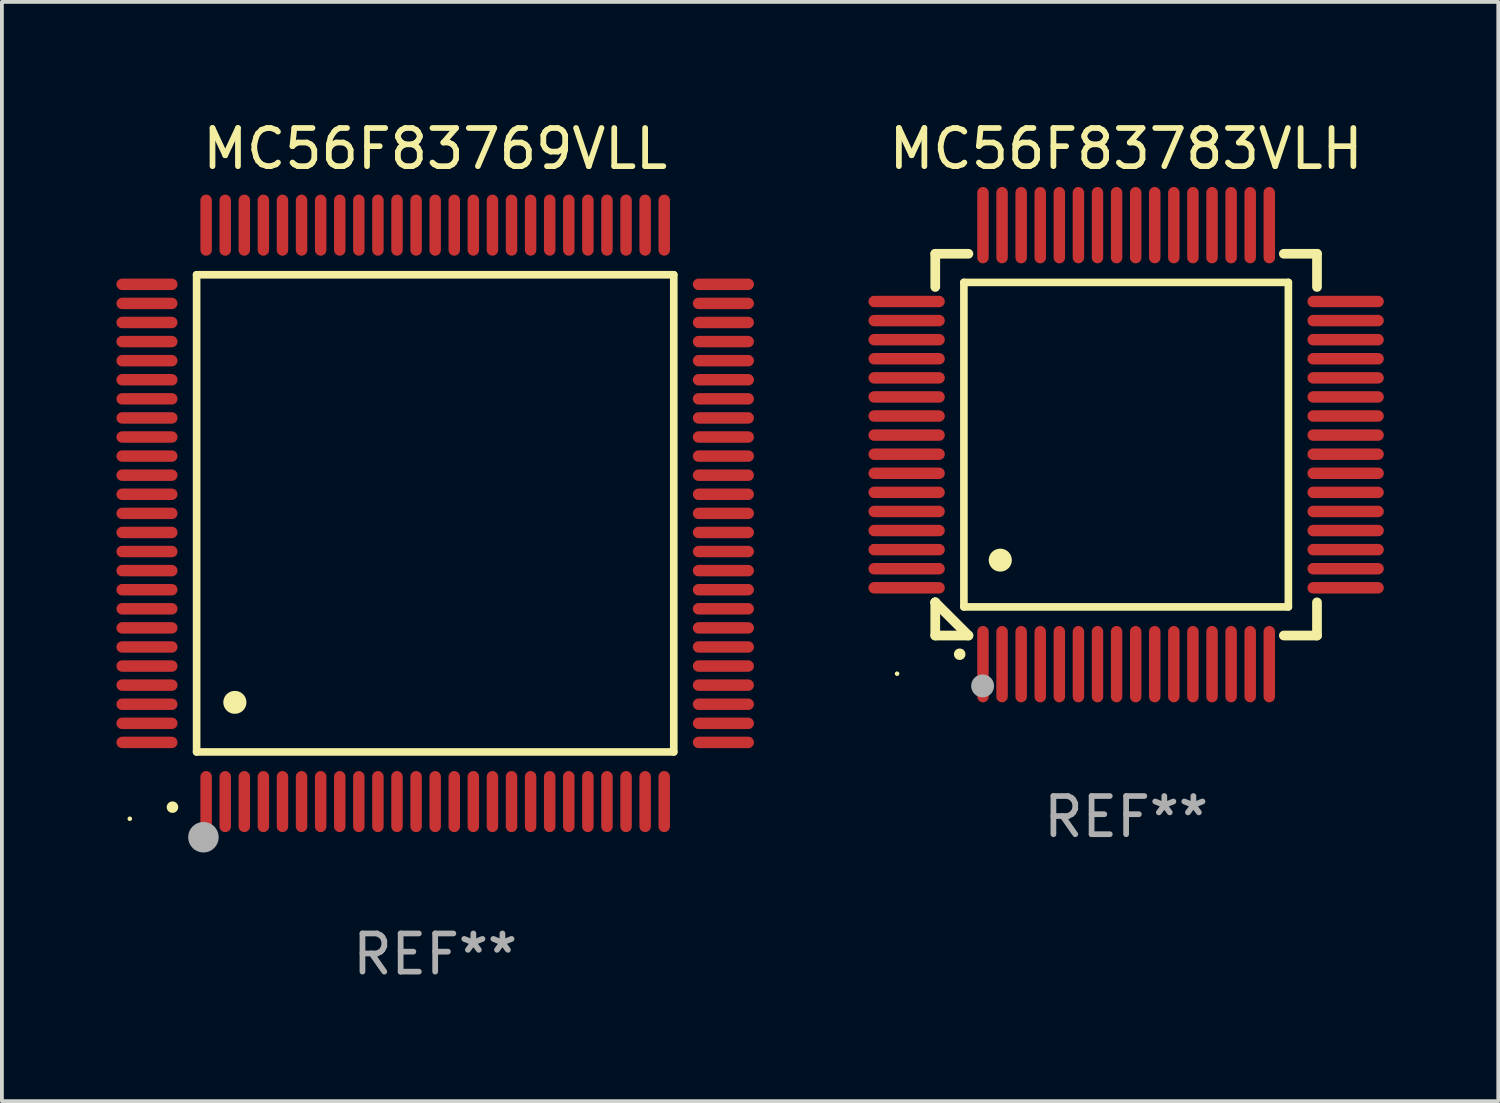
<source format=kicad_pcb>
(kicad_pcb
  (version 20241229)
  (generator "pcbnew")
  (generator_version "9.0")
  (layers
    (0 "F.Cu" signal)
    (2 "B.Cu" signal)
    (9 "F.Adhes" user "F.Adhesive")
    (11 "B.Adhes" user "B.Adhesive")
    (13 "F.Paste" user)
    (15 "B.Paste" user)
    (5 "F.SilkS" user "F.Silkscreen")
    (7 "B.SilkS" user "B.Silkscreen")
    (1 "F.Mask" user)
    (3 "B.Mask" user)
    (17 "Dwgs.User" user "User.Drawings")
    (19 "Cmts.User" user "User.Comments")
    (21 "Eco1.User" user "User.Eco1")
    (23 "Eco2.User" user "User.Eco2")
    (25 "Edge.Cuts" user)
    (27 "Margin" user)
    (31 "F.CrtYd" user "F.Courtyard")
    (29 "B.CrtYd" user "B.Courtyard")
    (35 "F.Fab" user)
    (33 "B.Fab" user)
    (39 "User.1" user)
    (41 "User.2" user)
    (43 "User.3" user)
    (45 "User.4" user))
  (footprint "MC56F83769VLL"
    (layer "F.Cu")
    (at 8.35 10.398)
    (property "Reference" "MC56F83769VLL" (at 0 -9.55 0) (layer "F.SilkS") (effects (font (size 1 1) (thickness 0.15))))
    (attr through_hole)
    (fp_line (start -6.25 -6.25) (end -6.25 6.25) (stroke (width 0.2) (type solid)) (layer "F.SilkS"))
    (fp_line (start -6.25 6.25) (end 6.25 6.25) (stroke (width 0.2) (type solid)) (layer "F.SilkS"))
    (fp_line (start 6.25 -6.25) (end -6.25 -6.25) (stroke (width 0.2) (type solid)) (layer "F.SilkS"))
    (fp_line (start 6.25 6.25) (end 6.25 -6.25) (stroke (width 0.2) (type solid)) (layer "F.SilkS"))
    (fp_arc (start -6.883414 7.696215) (mid -6.882144 7.69621) (end -6.880874 7.696215) (stroke (width 0.3) (type solid)) (layer "F.SilkS"))
    (fp_arc (start -5.250191 4.95047) (mid -5.247651 4.950459) (end -5.245111 4.95047) (stroke (width 0.6) (type solid)) (layer "F.SilkS"))
    (fp_circle (center -8 8) (end -7.97 8) (stroke (width 0.06) (type solid)) (fill no) (layer "F.SilkS"))
    (fp_circle (center -6.071 8.484) (end -5.871 8.484) (stroke (width 0.4) (type solid)) (fill no) (layer "F.Fab"))
    (fp_text user "REF**" (at 0 11.55 0) (layer "F.Fab") (effects (font (size 1 1) (thickness 0.15))))
    (pad "1" smd oval (at -6 7.55) (size 0.3 1.6) (layers "F.Cu" "F.Mask" "F.Paste"))
    (pad "2" smd oval (at -5.5 7.55) (size 0.3 1.6) (layers "F.Cu" "F.Mask" "F.Paste"))
    (pad "3" smd oval (at -5 7.55) (size 0.3 1.6) (layers "F.Cu" "F.Mask" "F.Paste"))
    (pad "4" smd oval (at -4.5 7.55) (size 0.3 1.6) (layers "F.Cu" "F.Mask" "F.Paste"))
    (pad "5" smd oval (at -4 7.55) (size 0.3 1.6) (layers "F.Cu" "F.Mask" "F.Paste"))
    (pad "6" smd oval (at -3.5 7.55) (size 0.3 1.6) (layers "F.Cu" "F.Mask" "F.Paste"))
    (pad "7" smd oval (at -3 7.55) (size 0.3 1.6) (layers "F.Cu" "F.Mask" "F.Paste"))
    (pad "8" smd oval (at -2.5 7.55) (size 0.3 1.6) (layers "F.Cu" "F.Mask" "F.Paste"))
    (pad "9" smd oval (at -2 7.55) (size 0.3 1.6) (layers "F.Cu" "F.Mask" "F.Paste"))
    (pad "10" smd oval (at -1.5 7.55) (size 0.3 1.6) (layers "F.Cu" "F.Mask" "F.Paste"))
    (pad "11" smd oval (at -1 7.55) (size 0.3 1.6) (layers "F.Cu" "F.Mask" "F.Paste"))
    (pad "12" smd oval (at -0.5 7.55) (size 0.3 1.6) (layers "F.Cu" "F.Mask" "F.Paste"))
    (pad "13" smd oval (at 0 7.55) (size 0.3 1.6) (layers "F.Cu" "F.Mask" "F.Paste"))
    (pad "14" smd oval (at 0.5 7.55) (size 0.3 1.6) (layers "F.Cu" "F.Mask" "F.Paste"))
    (pad "15" smd oval (at 1 7.55) (size 0.3 1.6) (layers "F.Cu" "F.Mask" "F.Paste"))
    (pad "16" smd oval (at 1.5 7.55) (size 0.3 1.6) (layers "F.Cu" "F.Mask" "F.Paste"))
    (pad "17" smd oval (at 2 7.55) (size 0.3 1.6) (layers "F.Cu" "F.Mask" "F.Paste"))
    (pad "18" smd oval (at 2.5 7.55) (size 0.3 1.6) (layers "F.Cu" "F.Mask" "F.Paste"))
    (pad "19" smd oval (at 3 7.55) (size 0.3 1.6) (layers "F.Cu" "F.Mask" "F.Paste"))
    (pad "20" smd oval (at 3.5 7.55) (size 0.3 1.6) (layers "F.Cu" "F.Mask" "F.Paste"))
    (pad "21" smd oval (at 4 7.55) (size 0.3 1.6) (layers "F.Cu" "F.Mask" "F.Paste"))
    (pad "22" smd oval (at 4.5 7.55) (size 0.3 1.6) (layers "F.Cu" "F.Mask" "F.Paste"))
    (pad "23" smd oval (at 5 7.55) (size 0.3 1.6) (layers "F.Cu" "F.Mask" "F.Paste"))
    (pad "24" smd oval (at 5.5 7.55) (size 0.3 1.6) (layers "F.Cu" "F.Mask" "F.Paste"))
    (pad "25" smd oval (at 6 7.55) (size 0.3 1.6) (layers "F.Cu" "F.Mask" "F.Paste"))
    (pad "26" smd oval (at 7.55 6) (size 1.6 0.3) (layers "F.Cu" "F.Mask" "F.Paste"))
    (pad "27" smd oval (at 7.55 5.5) (size 1.6 0.3) (layers "F.Cu" "F.Mask" "F.Paste"))
    (pad "28" smd oval (at 7.55 5) (size 1.6 0.3) (layers "F.Cu" "F.Mask" "F.Paste"))
    (pad "29" smd oval (at 7.55 4.5) (size 1.6 0.3) (layers "F.Cu" "F.Mask" "F.Paste"))
    (pad "30" smd oval (at 7.55 4) (size 1.6 0.3) (layers "F.Cu" "F.Mask" "F.Paste"))
    (pad "31" smd oval (at 7.55 3.5) (size 1.6 0.3) (layers "F.Cu" "F.Mask" "F.Paste"))
    (pad "32" smd oval (at 7.55 3) (size 1.6 0.3) (layers "F.Cu" "F.Mask" "F.Paste"))
    (pad "33" smd oval (at 7.55 2.5) (size 1.6 0.3) (layers "F.Cu" "F.Mask" "F.Paste"))
    (pad "34" smd oval (at 7.55 2) (size 1.6 0.3) (layers "F.Cu" "F.Mask" "F.Paste"))
    (pad "35" smd oval (at 7.55 1.5) (size 1.6 0.3) (layers "F.Cu" "F.Mask" "F.Paste"))
    (pad "36" smd oval (at 7.55 1) (size 1.6 0.3) (layers "F.Cu" "F.Mask" "F.Paste"))
    (pad "37" smd oval (at 7.55 0.5) (size 1.6 0.3) (layers "F.Cu" "F.Mask" "F.Paste"))
    (pad "38" smd oval (at 7.55 0) (size 1.6 0.3) (layers "F.Cu" "F.Mask" "F.Paste"))
    (pad "39" smd oval (at 7.55 -0.5) (size 1.6 0.3) (layers "F.Cu" "F.Mask" "F.Paste"))
    (pad "40" smd oval (at 7.55 -1) (size 1.6 0.3) (layers "F.Cu" "F.Mask" "F.Paste"))
    (pad "41" smd oval (at 7.55 -1.5) (size 1.6 0.3) (layers "F.Cu" "F.Mask" "F.Paste"))
    (pad "42" smd oval (at 7.55 -2) (size 1.6 0.3) (layers "F.Cu" "F.Mask" "F.Paste"))
    (pad "43" smd oval (at 7.55 -2.5) (size 1.6 0.3) (layers "F.Cu" "F.Mask" "F.Paste"))
    (pad "44" smd oval (at 7.55 -3) (size 1.6 0.3) (layers "F.Cu" "F.Mask" "F.Paste"))
    (pad "45" smd oval (at 7.55 -3.5) (size 1.6 0.3) (layers "F.Cu" "F.Mask" "F.Paste"))
    (pad "46" smd oval (at 7.55 -4) (size 1.6 0.3) (layers "F.Cu" "F.Mask" "F.Paste"))
    (pad "47" smd oval (at 7.55 -4.5) (size 1.6 0.3) (layers "F.Cu" "F.Mask" "F.Paste"))
    (pad "48" smd oval (at 7.55 -5) (size 1.6 0.3) (layers "F.Cu" "F.Mask" "F.Paste"))
    (pad "49" smd oval (at 7.55 -5.5) (size 1.6 0.3) (layers "F.Cu" "F.Mask" "F.Paste"))
    (pad "50" smd oval (at 7.55 -6) (size 1.6 0.3) (layers "F.Cu" "F.Mask" "F.Paste"))
    (pad "51" smd oval (at 6 -7.55) (size 0.3 1.6) (layers "F.Cu" "F.Mask" "F.Paste"))
    (pad "52" smd oval (at 5.5 -7.55) (size 0.3 1.6) (layers "F.Cu" "F.Mask" "F.Paste"))
    (pad "53" smd oval (at 5 -7.55) (size 0.3 1.6) (layers "F.Cu" "F.Mask" "F.Paste"))
    (pad "54" smd oval (at 4.5 -7.55) (size 0.3 1.6) (layers "F.Cu" "F.Mask" "F.Paste"))
    (pad "55" smd oval (at 4 -7.55) (size 0.3 1.6) (layers "F.Cu" "F.Mask" "F.Paste"))
    (pad "56" smd oval (at 3.5 -7.55) (size 0.3 1.6) (layers "F.Cu" "F.Mask" "F.Paste"))
    (pad "57" smd oval (at 3 -7.55) (size 0.3 1.6) (layers "F.Cu" "F.Mask" "F.Paste"))
    (pad "58" smd oval (at 2.5 -7.55) (size 0.3 1.6) (layers "F.Cu" "F.Mask" "F.Paste"))
    (pad "59" smd oval (at 2 -7.55) (size 0.3 1.6) (layers "F.Cu" "F.Mask" "F.Paste"))
    (pad "60" smd oval (at 1.5 -7.55) (size 0.3 1.6) (layers "F.Cu" "F.Mask" "F.Paste"))
    (pad "61" smd oval (at 1 -7.55) (size 0.3 1.6) (layers "F.Cu" "F.Mask" "F.Paste"))
    (pad "62" smd oval (at 0.5 -7.55) (size 0.3 1.6) (layers "F.Cu" "F.Mask" "F.Paste"))
    (pad "63" smd oval (at 0 -7.55) (size 0.3 1.6) (layers "F.Cu" "F.Mask" "F.Paste"))
    (pad "64" smd oval (at -0.5 -7.55) (size 0.3 1.6) (layers "F.Cu" "F.Mask" "F.Paste"))
    (pad "65" smd oval (at -1 -7.55) (size 0.3 1.6) (layers "F.Cu" "F.Mask" "F.Paste"))
    (pad "66" smd oval (at -1.5 -7.55) (size 0.3 1.6) (layers "F.Cu" "F.Mask" "F.Paste"))
    (pad "67" smd oval (at -2 -7.55) (size 0.3 1.6) (layers "F.Cu" "F.Mask" "F.Paste"))
    (pad "68" smd oval (at -2.5 -7.55) (size 0.3 1.6) (layers "F.Cu" "F.Mask" "F.Paste"))
    (pad "69" smd oval (at -3 -7.55) (size 0.3 1.6) (layers "F.Cu" "F.Mask" "F.Paste"))
    (pad "70" smd oval (at -3.5 -7.55) (size 0.3 1.6) (layers "F.Cu" "F.Mask" "F.Paste"))
    (pad "71" smd oval (at -4 -7.55) (size 0.3 1.6) (layers "F.Cu" "F.Mask" "F.Paste"))
    (pad "72" smd oval (at -4.5 -7.55) (size 0.3 1.6) (layers "F.Cu" "F.Mask" "F.Paste"))
    (pad "73" smd oval (at -5 -7.55) (size 0.3 1.6) (layers "F.Cu" "F.Mask" "F.Paste"))
    (pad "74" smd oval (at -5.5 -7.55) (size 0.3 1.6) (layers "F.Cu" "F.Mask" "F.Paste"))
    (pad "75" smd oval (at -6 -7.55) (size 0.3 1.6) (layers "F.Cu" "F.Mask" "F.Paste"))
    (pad "76" smd oval (at -7.55 -6) (size 1.6 0.3) (layers "F.Cu" "F.Mask" "F.Paste"))
    (pad "77" smd oval (at -7.55 -5.5) (size 1.6 0.3) (layers "F.Cu" "F.Mask" "F.Paste"))
    (pad "78" smd oval (at -7.55 -5) (size 1.6 0.3) (layers "F.Cu" "F.Mask" "F.Paste"))
    (pad "79" smd oval (at -7.55 -4.5) (size 1.6 0.3) (layers "F.Cu" "F.Mask" "F.Paste"))
    (pad "80" smd oval (at -7.55 -4) (size 1.6 0.3) (layers "F.Cu" "F.Mask" "F.Paste"))
    (pad "81" smd oval (at -7.55 -3.5) (size 1.6 0.3) (layers "F.Cu" "F.Mask" "F.Paste"))
    (pad "82" smd oval (at -7.55 -3) (size 1.6 0.3) (layers "F.Cu" "F.Mask" "F.Paste"))
    (pad "83" smd oval (at -7.55 -2.5) (size 1.6 0.3) (layers "F.Cu" "F.Mask" "F.Paste"))
    (pad "84" smd oval (at -7.55 -2) (size 1.6 0.3) (layers "F.Cu" "F.Mask" "F.Paste"))
    (pad "85" smd oval (at -7.55 -1.5) (size 1.6 0.3) (layers "F.Cu" "F.Mask" "F.Paste"))
    (pad "86" smd oval (at -7.55 -1) (size 1.6 0.3) (layers "F.Cu" "F.Mask" "F.Paste"))
    (pad "87" smd oval (at -7.55 -0.5) (size 1.6 0.3) (layers "F.Cu" "F.Mask" "F.Paste"))
    (pad "88" smd oval (at -7.55 0) (size 1.6 0.3) (layers "F.Cu" "F.Mask" "F.Paste"))
    (pad "89" smd oval (at -7.55 0.5) (size 1.6 0.3) (layers "F.Cu" "F.Mask" "F.Paste"))
    (pad "90" smd oval (at -7.55 1) (size 1.6 0.3) (layers "F.Cu" "F.Mask" "F.Paste"))
    (pad "91" smd oval (at -7.55 1.5) (size 1.6 0.3) (layers "F.Cu" "F.Mask" "F.Paste"))
    (pad "92" smd oval (at -7.55 2) (size 1.6 0.3) (layers "F.Cu" "F.Mask" "F.Paste"))
    (pad "93" smd oval (at -7.55 2.5) (size 1.6 0.3) (layers "F.Cu" "F.Mask" "F.Paste"))
    (pad "94" smd oval (at -7.55 3) (size 1.6 0.3) (layers "F.Cu" "F.Mask" "F.Paste"))
    (pad "95" smd oval (at -7.55 3.5) (size 1.6 0.3) (layers "F.Cu" "F.Mask" "F.Paste"))
    (pad "96" smd oval (at -7.55 4) (size 1.6 0.3) (layers "F.Cu" "F.Mask" "F.Paste"))
    (pad "97" smd oval (at -7.55 4.5) (size 1.6 0.3) (layers "F.Cu" "F.Mask" "F.Paste"))
    (pad "98" smd oval (at -7.55 5) (size 1.6 0.3) (layers "F.Cu" "F.Mask" "F.Paste"))
    (pad "99" smd oval (at -7.55 5.5) (size 1.6 0.3) (layers "F.Cu" "F.Mask" "F.Paste"))
    (pad "100" smd oval (at -7.55 6) (size 1.6 0.3) (layers "F.Cu" "F.Mask" "F.Paste")))
  (footprint "MC56F83783VLH"
    (layer "F.Cu")
    (at 26.45 8.598)
    (property "Reference" "MC56F83783VLH" (at 0 -7.75 0) (layer "F.SilkS") (effects (font (size 1 1) (thickness 0.15))))
    (attr through_hole)
    (fp_line (start -5 -5) (end -4.131 -5) (stroke (width 0.254) (type solid)) (layer "F.SilkS"))
    (fp_line (start -5 -4.131) (end -5 -5) (stroke (width 0.254) (type solid)) (layer "F.SilkS"))
    (fp_line (start -5 4.131) (end -5 4.131) (stroke (width 0.254) (type solid)) (layer "F.SilkS"))
    (fp_line (start -5 5) (end -5 4.131) (stroke (width 0.254) (type solid)) (layer "F.SilkS"))
    (fp_line (start -5 4.131) (end -4.131 5) (stroke (width 0.254) (type solid)) (layer "F.SilkS"))
    (fp_line (start -4.25 -4.25) (end -4.25 4.25) (stroke (width 0.2) (type solid)) (layer "F.SilkS"))
    (fp_line (start -4.25 4.25) (end 4.25 4.25) (stroke (width 0.2) (type solid)) (layer "F.SilkS"))
    (fp_line (start -4.131 5) (end -5 5) (stroke (width 0.254) (type solid)) (layer "F.SilkS"))
    (fp_line (start 4.25 -4.25) (end -4.25 -4.25) (stroke (width 0.2) (type solid)) (layer "F.SilkS"))
    (fp_line (start 4.25 4.25) (end 4.25 -4.25) (stroke (width 0.2) (type solid)) (layer "F.SilkS"))
    (fp_line (start 5 -5) (end 4.131 -5) (stroke (width 0.254) (type solid)) (layer "F.SilkS"))
    (fp_line (start 5 -5) (end 5 -4.131) (stroke (width 0.254) (type solid)) (layer "F.SilkS"))
    (fp_line (start 5 4.131) (end 5 5) (stroke (width 0.254) (type solid)) (layer "F.SilkS"))
    (fp_line (start 5 5) (end 4.131 5) (stroke (width 0.254) (type solid)) (layer "F.SilkS"))
    (fp_arc (start -4.361265 5.489992) (mid -4.359995 5.489987) (end -4.358725 5.489992) (stroke (width 0.3) (type solid)) (layer "F.SilkS"))
    (fp_arc (start -3.299467 3.025146) (mid -3.296927 3.025135) (end -3.294387 3.025146) (stroke (width 0.6) (type solid)) (layer "F.SilkS"))
    (fp_circle (center -6 6) (end -5.97 6) (stroke (width 0.06) (type solid)) (fill no) (layer "F.SilkS"))
    (fp_circle (center -3.76 6.32) (end -3.61 6.32) (stroke (width 0.3) (type solid)) (fill no) (layer "F.Fab"))
    (fp_text user "REF**" (at 0 9.75 0) (layer "F.Fab") (effects (font (size 1 1) (thickness 0.15))))
    (pad "1" smd oval (at -3.75 5.75) (size 0.3 2) (layers "F.Cu" "F.Mask" "F.Paste"))
    (pad "2" smd oval (at -3.25 5.75) (size 0.3 2) (layers "F.Cu" "F.Mask" "F.Paste"))
    (pad "3" smd oval (at -2.75 5.75) (size 0.3 2) (layers "F.Cu" "F.Mask" "F.Paste"))
    (pad "4" smd oval (at -2.25 5.75) (size 0.3 2) (layers "F.Cu" "F.Mask" "F.Paste"))
    (pad "5" smd oval (at -1.75 5.75) (size 0.3 2) (layers "F.Cu" "F.Mask" "F.Paste"))
    (pad "6" smd oval (at -1.25 5.75) (size 0.3 2) (layers "F.Cu" "F.Mask" "F.Paste"))
    (pad "7" smd oval (at -0.75 5.75) (size 0.3 2) (layers "F.Cu" "F.Mask" "F.Paste"))
    (pad "8" smd oval (at -0.25 5.75) (size 0.3 2) (layers "F.Cu" "F.Mask" "F.Paste"))
    (pad "9" smd oval (at 0.25 5.75) (size 0.3 2) (layers "F.Cu" "F.Mask" "F.Paste"))
    (pad "10" smd oval (at 0.75 5.75) (size 0.3 2) (layers "F.Cu" "F.Mask" "F.Paste"))
    (pad "11" smd oval (at 1.25 5.75) (size 0.3 2) (layers "F.Cu" "F.Mask" "F.Paste"))
    (pad "12" smd oval (at 1.75 5.75) (size 0.3 2) (layers "F.Cu" "F.Mask" "F.Paste"))
    (pad "13" smd oval (at 2.25 5.75) (size 0.3 2) (layers "F.Cu" "F.Mask" "F.Paste"))
    (pad "14" smd oval (at 2.75 5.75) (size 0.3 2) (layers "F.Cu" "F.Mask" "F.Paste"))
    (pad "15" smd oval (at 3.25 5.75) (size 0.3 2) (layers "F.Cu" "F.Mask" "F.Paste"))
    (pad "16" smd oval (at 3.75 5.75) (size 0.3 2) (layers "F.Cu" "F.Mask" "F.Paste"))
    (pad "17" smd oval (at 5.75 3.75) (size 2 0.3) (layers "F.Cu" "F.Mask" "F.Paste"))
    (pad "18" smd oval (at 5.75 3.25) (size 2 0.3) (layers "F.Cu" "F.Mask" "F.Paste"))
    (pad "19" smd oval (at 5.75 2.75) (size 2 0.3) (layers "F.Cu" "F.Mask" "F.Paste"))
    (pad "20" smd oval (at 5.75 2.25) (size 2 0.3) (layers "F.Cu" "F.Mask" "F.Paste"))
    (pad "21" smd oval (at 5.75 1.75) (size 2 0.3) (layers "F.Cu" "F.Mask" "F.Paste"))
    (pad "22" smd oval (at 5.75 1.25) (size 2 0.3) (layers "F.Cu" "F.Mask" "F.Paste"))
    (pad "23" smd oval (at 5.75 0.75) (size 2 0.3) (layers "F.Cu" "F.Mask" "F.Paste"))
    (pad "24" smd oval (at 5.75 0.25) (size 2 0.3) (layers "F.Cu" "F.Mask" "F.Paste"))
    (pad "25" smd oval (at 5.75 -0.25) (size 2 0.3) (layers "F.Cu" "F.Mask" "F.Paste"))
    (pad "26" smd oval (at 5.75 -0.75) (size 2 0.3) (layers "F.Cu" "F.Mask" "F.Paste"))
    (pad "27" smd oval (at 5.75 -1.25) (size 2 0.3) (layers "F.Cu" "F.Mask" "F.Paste"))
    (pad "28" smd oval (at 5.75 -1.75) (size 2 0.3) (layers "F.Cu" "F.Mask" "F.Paste"))
    (pad "29" smd oval (at 5.75 -2.25) (size 2 0.3) (layers "F.Cu" "F.Mask" "F.Paste"))
    (pad "30" smd oval (at 5.75 -2.75) (size 2 0.3) (layers "F.Cu" "F.Mask" "F.Paste"))
    (pad "31" smd oval (at 5.75 -3.25) (size 2 0.3) (layers "F.Cu" "F.Mask" "F.Paste"))
    (pad "32" smd oval (at 5.75 -3.75) (size 2 0.3) (layers "F.Cu" "F.Mask" "F.Paste"))
    (pad "33" smd oval (at 3.75 -5.75) (size 0.3 2) (layers "F.Cu" "F.Mask" "F.Paste"))
    (pad "34" smd oval (at 3.25 -5.75) (size 0.3 2) (layers "F.Cu" "F.Mask" "F.Paste"))
    (pad "35" smd oval (at 2.75 -5.75) (size 0.3 2) (layers "F.Cu" "F.Mask" "F.Paste"))
    (pad "36" smd oval (at 2.25 -5.75) (size 0.3 2) (layers "F.Cu" "F.Mask" "F.Paste"))
    (pad "37" smd oval (at 1.75 -5.75) (size 0.3 2) (layers "F.Cu" "F.Mask" "F.Paste"))
    (pad "38" smd oval (at 1.25 -5.75) (size 0.3 2) (layers "F.Cu" "F.Mask" "F.Paste"))
    (pad "39" smd oval (at 0.75 -5.75) (size 0.3 2) (layers "F.Cu" "F.Mask" "F.Paste"))
    (pad "40" smd oval (at 0.25 -5.75) (size 0.3 2) (layers "F.Cu" "F.Mask" "F.Paste"))
    (pad "41" smd oval (at -0.25 -5.75) (size 0.3 2) (layers "F.Cu" "F.Mask" "F.Paste"))
    (pad "42" smd oval (at -0.75 -5.75) (size 0.3 2) (layers "F.Cu" "F.Mask" "F.Paste"))
    (pad "43" smd oval (at -1.25 -5.75) (size 0.3 2) (layers "F.Cu" "F.Mask" "F.Paste"))
    (pad "44" smd oval (at -1.75 -5.75) (size 0.3 2) (layers "F.Cu" "F.Mask" "F.Paste"))
    (pad "45" smd oval (at -2.25 -5.75) (size 0.3 2) (layers "F.Cu" "F.Mask" "F.Paste"))
    (pad "46" smd oval (at -2.75 -5.75) (size 0.3 2) (layers "F.Cu" "F.Mask" "F.Paste"))
    (pad "47" smd oval (at -3.25 -5.75) (size 0.3 2) (layers "F.Cu" "F.Mask" "F.Paste"))
    (pad "48" smd oval (at -3.75 -5.75) (size 0.3 2) (layers "F.Cu" "F.Mask" "F.Paste"))
    (pad "49" smd oval (at -5.75 -3.75) (size 2 0.3) (layers "F.Cu" "F.Mask" "F.Paste"))
    (pad "50" smd oval (at -5.75 -3.25) (size 2 0.3) (layers "F.Cu" "F.Mask" "F.Paste"))
    (pad "51" smd oval (at -5.75 -2.75) (size 2 0.3) (layers "F.Cu" "F.Mask" "F.Paste"))
    (pad "52" smd oval (at -5.75 -2.25) (size 2 0.3) (layers "F.Cu" "F.Mask" "F.Paste"))
    (pad "53" smd oval (at -5.75 -1.75) (size 2 0.3) (layers "F.Cu" "F.Mask" "F.Paste"))
    (pad "54" smd oval (at -5.75 -1.25) (size 2 0.3) (layers "F.Cu" "F.Mask" "F.Paste"))
    (pad "55" smd oval (at -5.75 -0.75) (size 2 0.3) (layers "F.Cu" "F.Mask" "F.Paste"))
    (pad "56" smd oval (at -5.75 -0.25) (size 2 0.3) (layers "F.Cu" "F.Mask" "F.Paste"))
    (pad "57" smd oval (at -5.75 0.25) (size 2 0.3) (layers "F.Cu" "F.Mask" "F.Paste"))
    (pad "58" smd oval (at -5.75 0.75) (size 2 0.3) (layers "F.Cu" "F.Mask" "F.Paste"))
    (pad "59" smd oval (at -5.75 1.25) (size 2 0.3) (layers "F.Cu" "F.Mask" "F.Paste"))
    (pad "60" smd oval (at -5.75 1.75) (size 2 0.3) (layers "F.Cu" "F.Mask" "F.Paste"))
    (pad "61" smd oval (at -5.75 2.25) (size 2 0.3) (layers "F.Cu" "F.Mask" "F.Paste"))
    (pad "62" smd oval (at -5.75 2.75) (size 2 0.3) (layers "F.Cu" "F.Mask" "F.Paste"))
    (pad "63" smd oval (at -5.75 3.25) (size 2 0.3) (layers "F.Cu" "F.Mask" "F.Paste"))
    (pad "64" smd oval (at -5.75 3.75) (size 2 0.3) (layers "F.Cu" "F.Mask" "F.Paste")))
  (gr_rect
    (start -3 -3)
    (end 36.199 25.796)
    (stroke (width 0.1) (type default))
    (fill no)
    (layer "Edge.Cuts")))
</source>
